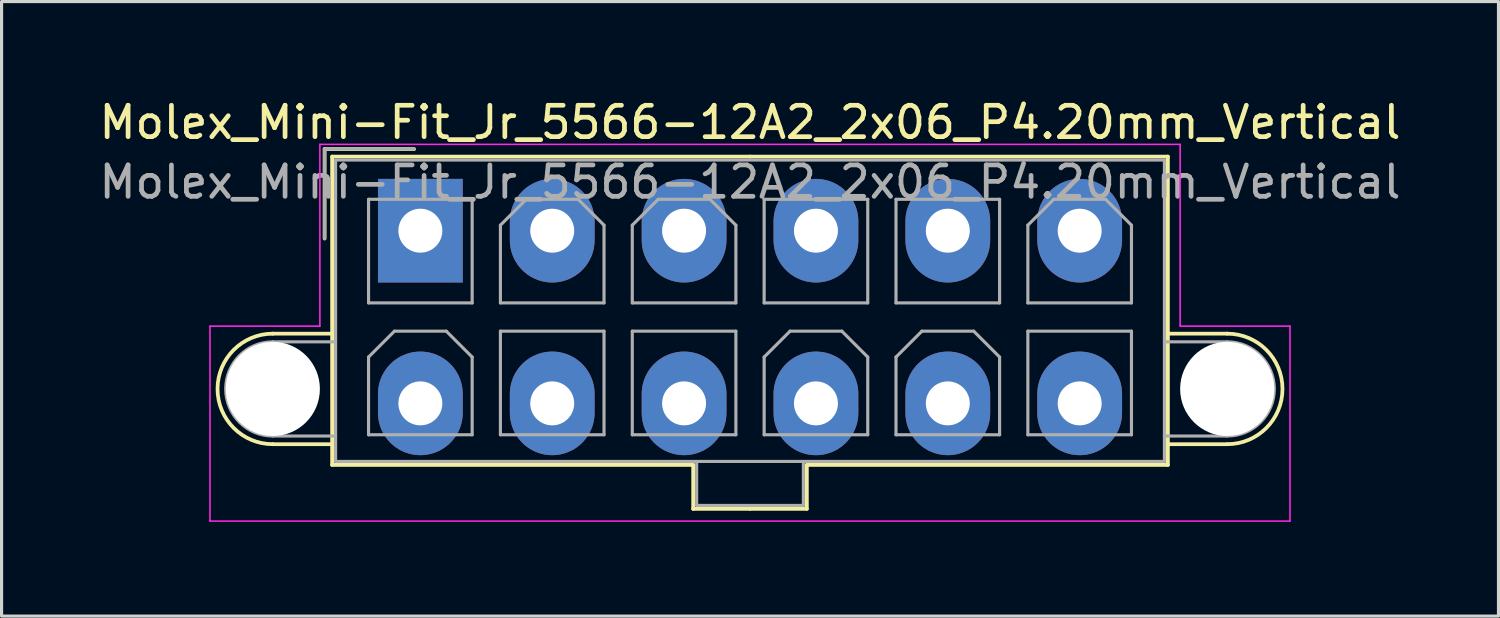
<source format=kicad_pcb>
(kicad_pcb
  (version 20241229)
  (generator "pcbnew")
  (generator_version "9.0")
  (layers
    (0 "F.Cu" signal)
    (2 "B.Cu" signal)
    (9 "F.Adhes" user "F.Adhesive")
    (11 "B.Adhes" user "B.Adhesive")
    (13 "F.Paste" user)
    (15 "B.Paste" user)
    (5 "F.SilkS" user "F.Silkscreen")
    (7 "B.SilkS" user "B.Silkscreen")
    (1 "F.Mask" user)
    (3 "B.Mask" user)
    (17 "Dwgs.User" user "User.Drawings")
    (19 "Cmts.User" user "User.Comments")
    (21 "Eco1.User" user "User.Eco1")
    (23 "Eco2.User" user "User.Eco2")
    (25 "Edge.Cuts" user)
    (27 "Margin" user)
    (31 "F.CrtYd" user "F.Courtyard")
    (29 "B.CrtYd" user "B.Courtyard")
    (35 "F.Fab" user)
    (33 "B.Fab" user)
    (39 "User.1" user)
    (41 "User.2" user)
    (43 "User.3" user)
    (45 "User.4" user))
  (footprint "Molex_Mini-Fit_Jr_5566-12A2_2x06_P4.20mm_Vertical"
    (layer "F.Cu")
    (at 10.339 4.298)
    (property "Reference" "Molex_Mini-Fit_Jr_5566-12A2_2x06_P4.20mm_Vertical" (at 10.5 -3.45 0) (layer "F.SilkS") (effects (font (size 1 1) (thickness 0.15))))
    (attr through_hole)
    (fp_line (start -4.7 3.28) (end -2.81 3.28) (stroke (width 0.12) (type solid)) (layer "F.SilkS"))
    (fp_line (start -4.7 6.8) (end -2.81 6.8) (stroke (width 0.12) (type solid)) (layer "F.SilkS"))
    (fp_line (start -3.05 -2.6) (end -3.05 0.25) (stroke (width 0.12) (type solid)) (layer "F.SilkS"))
    (fp_line (start -2.81 -2.36) (end -2.81 7.46) (stroke (width 0.12) (type solid)) (layer "F.SilkS"))
    (fp_line (start -2.81 7.46) (end 8.69 7.46) (stroke (width 0.12) (type solid)) (layer "F.SilkS"))
    (fp_line (start -0.2 -2.6) (end -3.05 -2.6) (stroke (width 0.12) (type solid)) (layer "F.SilkS"))
    (fp_line (start 8.69 7.46) (end 8.69 8.86) (stroke (width 0.12) (type solid)) (layer "F.SilkS"))
    (fp_line (start 8.69 8.86) (end 10.5 8.86) (stroke (width 0.12) (type solid)) (layer "F.SilkS"))
    (fp_line (start 10.5 -2.36) (end -2.81 -2.36) (stroke (width 0.12) (type solid)) (layer "F.SilkS"))
    (fp_line (start 10.5 -2.36) (end 23.81 -2.36) (stroke (width 0.12) (type solid)) (layer "F.SilkS"))
    (fp_line (start 12.31 7.46) (end 12.31 8.86) (stroke (width 0.12) (type solid)) (layer "F.SilkS"))
    (fp_line (start 12.31 8.86) (end 10.5 8.86) (stroke (width 0.12) (type solid)) (layer "F.SilkS"))
    (fp_line (start 23.81 -2.36) (end 23.81 7.46) (stroke (width 0.12) (type solid)) (layer "F.SilkS"))
    (fp_line (start 23.81 7.46) (end 12.31 7.46) (stroke (width 0.12) (type solid)) (layer "F.SilkS"))
    (fp_line (start 25.7 3.28) (end 23.81 3.28) (stroke (width 0.12) (type solid)) (layer "F.SilkS"))
    (fp_line (start 25.7 6.8) (end 23.81 6.8) (stroke (width 0.12) (type solid)) (layer "F.SilkS"))
    (fp_arc (start -4.7 6.8) (mid -6.46 5.04) (end -4.7 3.28) (stroke (width 0.12) (type solid)) (layer "F.SilkS"))
    (fp_arc (start 25.7 3.28) (mid 27.46 5.04) (end 25.7 6.8) (stroke (width 0.12) (type solid)) (layer "F.SilkS"))
    (fp_line (start -6.7 3.04) (end -6.7 9.25) (stroke (width 0.05) (type solid)) (layer "F.CrtYd"))
    (fp_line (start -6.7 9.25) (end 27.7 9.25) (stroke (width 0.05) (type solid)) (layer "F.CrtYd"))
    (fp_line (start -3.2 -2.75) (end -3.2 3.04) (stroke (width 0.05) (type solid)) (layer "F.CrtYd"))
    (fp_line (start -3.2 3.04) (end -6.7 3.04) (stroke (width 0.05) (type solid)) (layer "F.CrtYd"))
    (fp_line (start 24.2 -2.75) (end -3.2 -2.75) (stroke (width 0.05) (type solid)) (layer "F.CrtYd"))
    (fp_line (start 24.2 3.04) (end 24.2 -2.75) (stroke (width 0.05) (type solid)) (layer "F.CrtYd"))
    (fp_line (start 27.7 3.04) (end 24.2 3.04) (stroke (width 0.05) (type solid)) (layer "F.CrtYd"))
    (fp_line (start 27.7 9.25) (end 27.7 3.04) (stroke (width 0.05) (type solid)) (layer "F.CrtYd"))
    (fp_line (start -4.7 3.54) (end -2.7 3.54) (stroke (width 0.1) (type solid)) (layer "F.Fab"))
    (fp_line (start -4.7 6.54) (end -2.7 6.54) (stroke (width 0.1) (type solid)) (layer "F.Fab"))
    (fp_line (start -3.05 -2.6) (end -3.05 0.25) (stroke (width 0.1) (type solid)) (layer "F.Fab"))
    (fp_line (start -2.7 -2.25) (end -2.7 7.35) (stroke (width 0.1) (type solid)) (layer "F.Fab"))
    (fp_line (start -2.7 7.35) (end 23.7 7.35) (stroke (width 0.1) (type solid)) (layer "F.Fab"))
    (fp_line (start -1.65 -1) (end -1.65 2.3) (stroke (width 0.1) (type solid)) (layer "F.Fab"))
    (fp_line (start -1.65 2.3) (end 1.65 2.3) (stroke (width 0.1) (type solid)) (layer "F.Fab"))
    (fp_line (start -1.65 4.025) (end -0.825 3.2) (stroke (width 0.1) (type solid)) (layer "F.Fab"))
    (fp_line (start -1.65 6.5) (end -1.65 4.025) (stroke (width 0.1) (type solid)) (layer "F.Fab"))
    (fp_line (start -0.825 3.2) (end 0.825 3.2) (stroke (width 0.1) (type solid)) (layer "F.Fab"))
    (fp_line (start -0.2 -2.6) (end -3.05 -2.6) (stroke (width 0.1) (type solid)) (layer "F.Fab"))
    (fp_line (start 0.825 3.2) (end 1.65 4.025) (stroke (width 0.1) (type solid)) (layer "F.Fab"))
    (fp_line (start 1.65 -1) (end -1.65 -1) (stroke (width 0.1) (type solid)) (layer "F.Fab"))
    (fp_line (start 1.65 2.3) (end 1.65 -1) (stroke (width 0.1) (type solid)) (layer "F.Fab"))
    (fp_line (start 1.65 4.025) (end 1.65 6.5) (stroke (width 0.1) (type solid)) (layer "F.Fab"))
    (fp_line (start 1.65 6.5) (end -1.65 6.5) (stroke (width 0.1) (type solid)) (layer "F.Fab"))
    (fp_line (start 2.55 -0.175) (end 3.375 -1) (stroke (width 0.1) (type solid)) (layer "F.Fab"))
    (fp_line (start 2.55 2.3) (end 2.55 -0.175) (stroke (width 0.1) (type solid)) (layer "F.Fab"))
    (fp_line (start 2.55 3.2) (end 2.55 6.5) (stroke (width 0.1) (type solid)) (layer "F.Fab"))
    (fp_line (start 2.55 6.5) (end 5.85 6.5) (stroke (width 0.1) (type solid)) (layer "F.Fab"))
    (fp_line (start 3.375 -1) (end 5.025 -1) (stroke (width 0.1) (type solid)) (layer "F.Fab"))
    (fp_line (start 5.025 -1) (end 5.85 -0.175) (stroke (width 0.1) (type solid)) (layer "F.Fab"))
    (fp_line (start 5.85 -0.175) (end 5.85 2.3) (stroke (width 0.1) (type solid)) (layer "F.Fab"))
    (fp_line (start 5.85 2.3) (end 2.55 2.3) (stroke (width 0.1) (type solid)) (layer "F.Fab"))
    (fp_line (start 5.85 3.2) (end 2.55 3.2) (stroke (width 0.1) (type solid)) (layer "F.Fab"))
    (fp_line (start 5.85 6.5) (end 5.85 3.2) (stroke (width 0.1) (type solid)) (layer "F.Fab"))
    (fp_line (start 6.75 -0.175) (end 7.575 -1) (stroke (width 0.1) (type solid)) (layer "F.Fab"))
    (fp_line (start 6.75 2.3) (end 6.75 -0.175) (stroke (width 0.1) (type solid)) (layer "F.Fab"))
    (fp_line (start 6.75 3.2) (end 6.75 6.5) (stroke (width 0.1) (type solid)) (layer "F.Fab"))
    (fp_line (start 6.75 6.5) (end 10.05 6.5) (stroke (width 0.1) (type solid)) (layer "F.Fab"))
    (fp_line (start 7.575 -1) (end 9.225 -1) (stroke (width 0.1) (type solid)) (layer "F.Fab"))
    (fp_line (start 8.8 7.35) (end 8.8 8.75) (stroke (width 0.1) (type solid)) (layer "F.Fab"))
    (fp_line (start 8.8 8.75) (end 12.2 8.75) (stroke (width 0.1) (type solid)) (layer "F.Fab"))
    (fp_line (start 9.225 -1) (end 10.05 -0.175) (stroke (width 0.1) (type solid)) (layer "F.Fab"))
    (fp_line (start 10.05 -0.175) (end 10.05 2.3) (stroke (width 0.1) (type solid)) (layer "F.Fab"))
    (fp_line (start 10.05 2.3) (end 6.75 2.3) (stroke (width 0.1) (type solid)) (layer "F.Fab"))
    (fp_line (start 10.05 3.2) (end 6.75 3.2) (stroke (width 0.1) (type solid)) (layer "F.Fab"))
    (fp_line (start 10.05 6.5) (end 10.05 3.2) (stroke (width 0.1) (type solid)) (layer "F.Fab"))
    (fp_line (start 10.95 -1) (end 10.95 2.3) (stroke (width 0.1) (type solid)) (layer "F.Fab"))
    (fp_line (start 10.95 2.3) (end 14.25 2.3) (stroke (width 0.1) (type solid)) (layer "F.Fab"))
    (fp_line (start 10.95 4.025) (end 11.775 3.2) (stroke (width 0.1) (type solid)) (layer "F.Fab"))
    (fp_line (start 10.95 6.5) (end 10.95 4.025) (stroke (width 0.1) (type solid)) (layer "F.Fab"))
    (fp_line (start 11.775 3.2) (end 13.425 3.2) (stroke (width 0.1) (type solid)) (layer "F.Fab"))
    (fp_line (start 12.2 8.75) (end 12.2 7.35) (stroke (width 0.1) (type solid)) (layer "F.Fab"))
    (fp_line (start 13.425 3.2) (end 14.25 4.025) (stroke (width 0.1) (type solid)) (layer "F.Fab"))
    (fp_line (start 14.25 -1) (end 10.95 -1) (stroke (width 0.1) (type solid)) (layer "F.Fab"))
    (fp_line (start 14.25 2.3) (end 14.25 -1) (stroke (width 0.1) (type solid)) (layer "F.Fab"))
    (fp_line (start 14.25 4.025) (end 14.25 6.5) (stroke (width 0.1) (type solid)) (layer "F.Fab"))
    (fp_line (start 14.25 6.5) (end 10.95 6.5) (stroke (width 0.1) (type solid)) (layer "F.Fab"))
    (fp_line (start 15.15 -1) (end 15.15 2.3) (stroke (width 0.1) (type solid)) (layer "F.Fab"))
    (fp_line (start 15.15 2.3) (end 18.45 2.3) (stroke (width 0.1) (type solid)) (layer "F.Fab"))
    (fp_line (start 15.15 4.025) (end 15.975 3.2) (stroke (width 0.1) (type solid)) (layer "F.Fab"))
    (fp_line (start 15.15 6.5) (end 15.15 4.025) (stroke (width 0.1) (type solid)) (layer "F.Fab"))
    (fp_line (start 15.975 3.2) (end 17.625 3.2) (stroke (width 0.1) (type solid)) (layer "F.Fab"))
    (fp_line (start 17.625 3.2) (end 18.45 4.025) (stroke (width 0.1) (type solid)) (layer "F.Fab"))
    (fp_line (start 18.45 -1) (end 15.15 -1) (stroke (width 0.1) (type solid)) (layer "F.Fab"))
    (fp_line (start 18.45 2.3) (end 18.45 -1) (stroke (width 0.1) (type solid)) (layer "F.Fab"))
    (fp_line (start 18.45 4.025) (end 18.45 6.5) (stroke (width 0.1) (type solid)) (layer "F.Fab"))
    (fp_line (start 18.45 6.5) (end 15.15 6.5) (stroke (width 0.1) (type solid)) (layer "F.Fab"))
    (fp_line (start 19.35 -0.175) (end 20.175 -1) (stroke (width 0.1) (type solid)) (layer "F.Fab"))
    (fp_line (start 19.35 2.3) (end 19.35 -0.175) (stroke (width 0.1) (type solid)) (layer "F.Fab"))
    (fp_line (start 19.35 3.2) (end 19.35 6.5) (stroke (width 0.1) (type solid)) (layer "F.Fab"))
    (fp_line (start 19.35 6.5) (end 22.65 6.5) (stroke (width 0.1) (type solid)) (layer "F.Fab"))
    (fp_line (start 20.175 -1) (end 21.825 -1) (stroke (width 0.1) (type solid)) (layer "F.Fab"))
    (fp_line (start 21.825 -1) (end 22.65 -0.175) (stroke (width 0.1) (type solid)) (layer "F.Fab"))
    (fp_line (start 22.65 -0.175) (end 22.65 2.3) (stroke (width 0.1) (type solid)) (layer "F.Fab"))
    (fp_line (start 22.65 2.3) (end 19.35 2.3) (stroke (width 0.1) (type solid)) (layer "F.Fab"))
    (fp_line (start 22.65 3.2) (end 19.35 3.2) (stroke (width 0.1) (type solid)) (layer "F.Fab"))
    (fp_line (start 22.65 6.5) (end 22.65 3.2) (stroke (width 0.1) (type solid)) (layer "F.Fab"))
    (fp_line (start 23.7 -2.25) (end -2.7 -2.25) (stroke (width 0.1) (type solid)) (layer "F.Fab"))
    (fp_line (start 23.7 7.35) (end 23.7 -2.25) (stroke (width 0.1) (type solid)) (layer "F.Fab"))
    (fp_line (start 25.7 3.54) (end 23.7 3.54) (stroke (width 0.1) (type solid)) (layer "F.Fab"))
    (fp_line (start 25.7 6.54) (end 23.7 6.54) (stroke (width 0.1) (type solid)) (layer "F.Fab"))
    (fp_arc (start -4.7 6.54) (mid -6.2 5.04) (end -4.7 3.54) (stroke (width 0.1) (type solid)) (layer "F.Fab"))
    (fp_arc (start 25.7 3.54) (mid 27.2 5.04) (end 25.7 6.54) (stroke (width 0.1) (type solid)) (layer "F.Fab"))
    (fp_text user "${REFERENCE}" (at 10.5 -1.55 0) (layer "F.Fab") (effects (font (size 1 1) (thickness 0.15))))
    (pad "" np_thru_hole circle (at -4.7 5.04) (size 3 3) (drill 3) (layers "*.Cu" "*.Mask"))
    (pad "" np_thru_hole circle (at 25.7 5.04) (size 3 3) (drill 3) (layers "*.Cu" "*.Mask"))
    (pad "1" thru_hole rect (at 0 0) (size 2.7 3.3) (drill 1.4) (layers "*.Cu" "*.Mask"))
    (pad "2" thru_hole oval (at 4.2 0) (size 2.7 3.3) (drill 1.4) (layers "*.Cu" "*.Mask"))
    (pad "3" thru_hole oval (at 8.4 0) (size 2.7 3.3) (drill 1.4) (layers "*.Cu" "*.Mask"))
    (pad "4" thru_hole oval (at 12.6 0) (size 2.7 3.3) (drill 1.4) (layers "*.Cu" "*.Mask"))
    (pad "5" thru_hole oval (at 16.8 0) (size 2.7 3.3) (drill 1.4) (layers "*.Cu" "*.Mask"))
    (pad "6" thru_hole oval (at 21 0) (size 2.7 3.3) (drill 1.4) (layers "*.Cu" "*.Mask"))
    (pad "7" thru_hole oval (at 0 5.5) (size 2.7 3.3) (drill 1.4) (layers "*.Cu" "*.Mask"))
    (pad "8" thru_hole oval (at 4.2 5.5) (size 2.7 3.3) (drill 1.4) (layers "*.Cu" "*.Mask"))
    (pad "9" thru_hole oval (at 8.4 5.5) (size 2.7 3.3) (drill 1.4) (layers "*.Cu" "*.Mask"))
    (pad "10" thru_hole oval (at 12.6 5.5) (size 2.7 3.3) (drill 1.4) (layers "*.Cu" "*.Mask"))
    (pad "11" thru_hole oval (at 16.8 5.5) (size 2.7 3.3) (drill 1.4) (layers "*.Cu" "*.Mask"))
    (pad "12" thru_hole oval (at 21 5.5) (size 2.7 3.3) (drill 1.4) (layers "*.Cu" "*.Mask")))
  (gr_rect
    (start -3 -3)
    (end 44.679 16.573)
    (stroke (width 0.1) (type default))
    (fill no)
    (layer "Edge.Cuts")))
</source>
